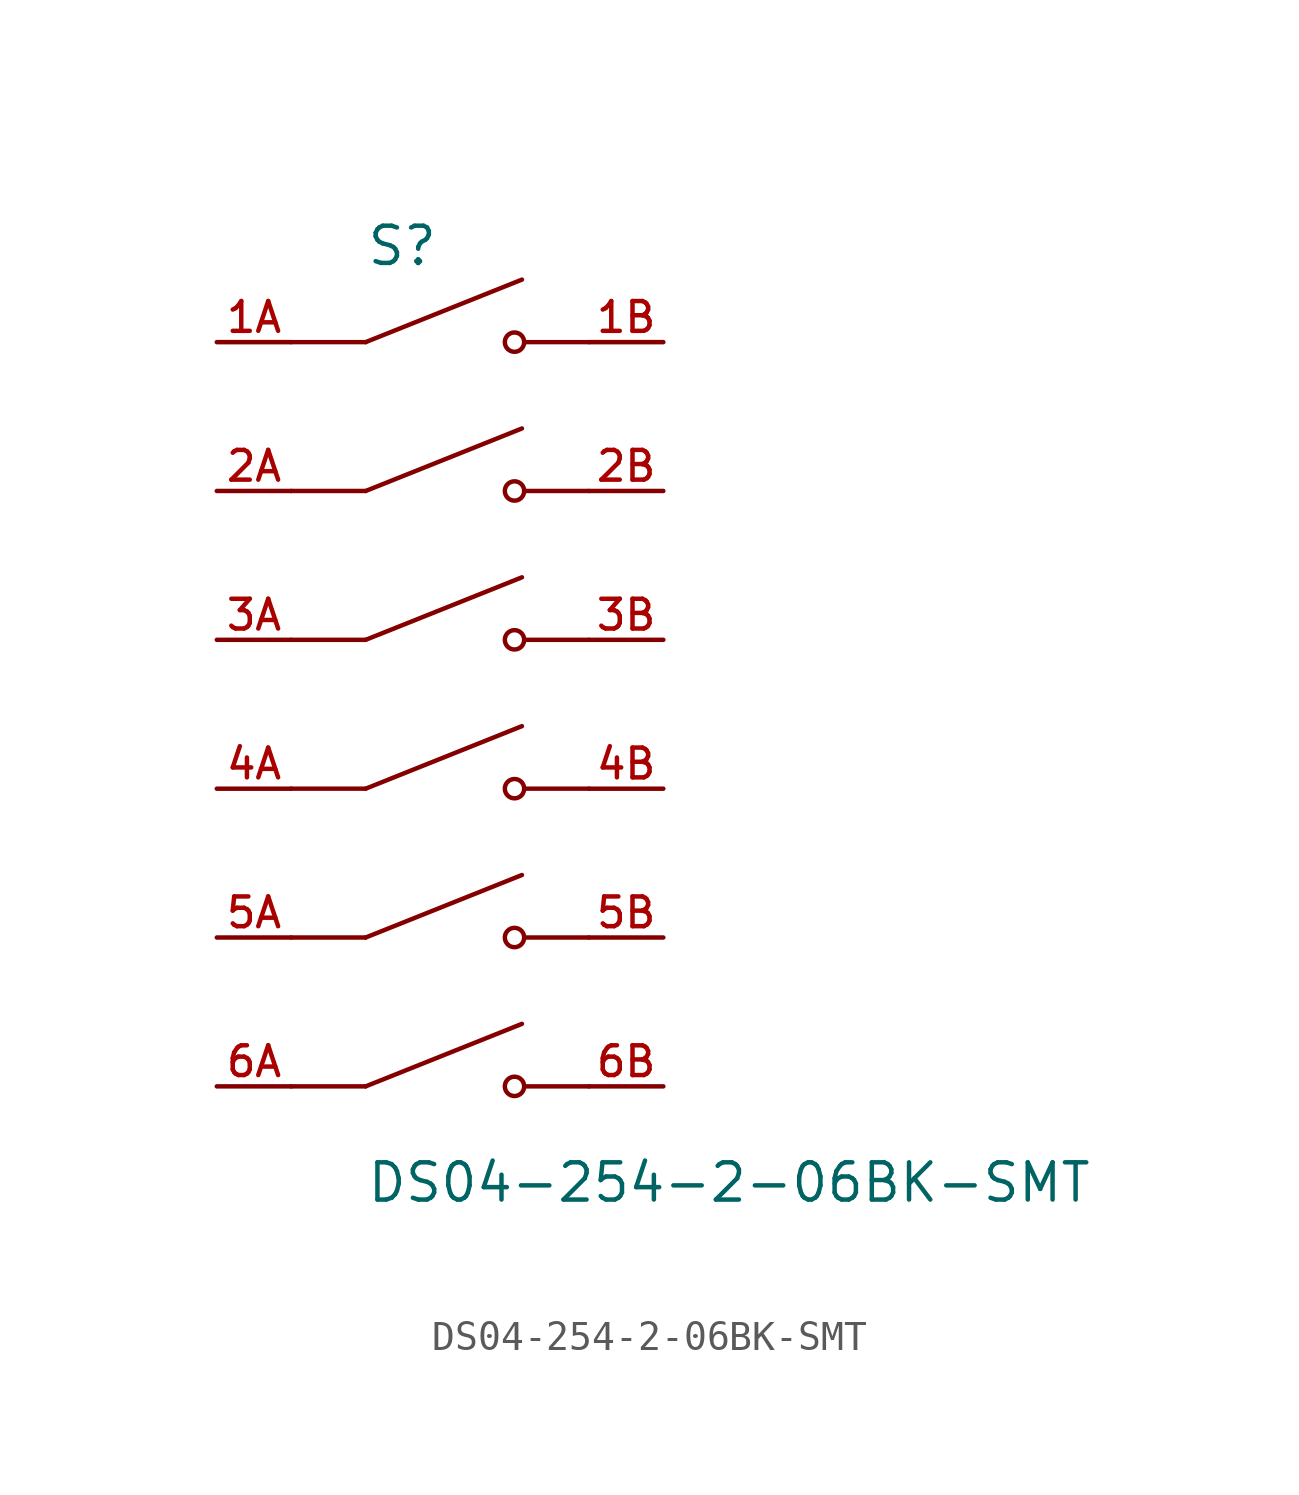
<source format=kicad_sym>
(kicad_symbol_lib
  (version 20211014)
  (generator kicad_symbol_editor)
  (symbol "DS04-254-2-06BK-SMT"
    (pin_names
      (offset 1.016))
    (property "Reference" "S"
      (at -2.54 15.24 0)
      (effects (font (size 1.27 1.27)) (justify bottom left)))
    (property "Value" "DS04-254-2-06BK-SMT"
      (at -2.54 -15.24 0)
      (effects (font (size 1.27 1.27)) (justify top left)))
    (symbol "DS04-254-2-06BK-SMT_0_0"
      (polyline (pts (xy -2.54 12.7) (xy 2.794 14.834)) (stroke (width 0.152)))
      (circle (center 2.54 12.7) (radius 0.33) (stroke (width 0.152)) (fill (type none)))
      (polyline (pts (xy 5.08 12.7) (xy 2.921 12.7)) (stroke (width 0.152)))
      (polyline (pts (xy -2.54 12.7) (xy -5.08 12.7)) (stroke (width 0.152)))
      (polyline (pts (xy -2.54 7.62) (xy 2.794 9.754)) (stroke (width 0.152)))
      (circle (center 2.54 7.62) (radius 0.33) (stroke (width 0.152)) (fill (type none)))
      (polyline (pts (xy 5.08 7.62) (xy 2.921 7.62)) (stroke (width 0.152)))
      (polyline (pts (xy -2.54 7.62) (xy -5.08 7.62)) (stroke (width 0.152)))
      (polyline (pts (xy -2.54 2.54) (xy 2.794 4.674)) (stroke (width 0.152)))
      (circle (center 2.54 2.54) (radius 0.33) (stroke (width 0.152)) (fill (type none)))
      (polyline (pts (xy 5.08 2.54) (xy 2.921 2.54)) (stroke (width 0.152)))
      (polyline (pts (xy -2.54 2.54) (xy -5.08 2.54)) (stroke (width 0.152)))
      (polyline (pts (xy -2.54 -2.54) (xy 2.794 -0.406)) (stroke (width 0.152)))
      (circle (center 2.54 -2.54) (radius 0.33) (stroke (width 0.152)) (fill (type none)))
      (polyline (pts (xy 5.08 -2.54) (xy 2.921 -2.54)) (stroke (width 0.152)))
      (polyline (pts (xy -2.54 -2.54) (xy -5.08 -2.54)) (stroke (width 0.152)))
      (polyline (pts (xy -2.54 -7.62) (xy 2.794 -5.486)) (stroke (width 0.152)))
      (circle (center 2.54 -7.62) (radius 0.33) (stroke (width 0.152)) (fill (type none)))
      (polyline (pts (xy 5.08 -7.62) (xy 2.921 -7.62)) (stroke (width 0.152)))
      (polyline (pts (xy -2.54 -7.62) (xy -5.08 -7.62)) (stroke (width 0.152)))
      (polyline (pts (xy -2.54 -12.7) (xy 2.794 -10.566)) (stroke (width 0.152)))
      (circle (center 2.54 -12.7) (radius 0.33) (stroke (width 0.152)) (fill (type none)))
      (polyline (pts (xy 5.08 -12.7) (xy 2.921 -12.7)) (stroke (width 0.152)))
      (polyline (pts (xy -2.54 -12.7) (xy -5.08 -12.7)) (stroke (width 0.152)))
      (pin passive line (at -7.62 12.7 0) (length 2.54) (name "~" (effects (font (size 1.016 1.016)))) (number "1A" (effects (font (size 1.016 1.016)))))
      (pin passive line (at 7.62 12.7 180.0) (length 2.54) (name "~" (effects (font (size 1.016 1.016)))) (number "1B" (effects (font (size 1.016 1.016)))))
      (pin passive line (at -7.62 7.62 0) (length 2.54) (name "~" (effects (font (size 1.016 1.016)))) (number "2A" (effects (font (size 1.016 1.016)))))
      (pin passive line (at 7.62 7.62 180.0) (length 2.54) (name "~" (effects (font (size 1.016 1.016)))) (number "2B" (effects (font (size 1.016 1.016)))))
      (pin passive line (at -7.62 2.54 0) (length 2.54) (name "~" (effects (font (size 1.016 1.016)))) (number "3A" (effects (font (size 1.016 1.016)))))
      (pin passive line (at 7.62 2.54 180.0) (length 2.54) (name "~" (effects (font (size 1.016 1.016)))) (number "3B" (effects (font (size 1.016 1.016)))))
      (pin passive line (at -7.62 -2.54 0) (length 2.54) (name "~" (effects (font (size 1.016 1.016)))) (number "4A" (effects (font (size 1.016 1.016)))))
      (pin passive line (at 7.62 -2.54 180.0) (length 2.54) (name "~" (effects (font (size 1.016 1.016)))) (number "4B" (effects (font (size 1.016 1.016)))))
      (pin passive line (at -7.62 -7.62 0) (length 2.54) (name "~" (effects (font (size 1.016 1.016)))) (number "5A" (effects (font (size 1.016 1.016)))))
      (pin passive line (at 7.62 -7.62 180.0) (length 2.54) (name "~" (effects (font (size 1.016 1.016)))) (number "5B" (effects (font (size 1.016 1.016)))))
      (pin passive line (at -7.62 -12.7 0) (length 2.54) (name "~" (effects (font (size 1.016 1.016)))) (number "6A" (effects (font (size 1.016 1.016)))))
      (pin passive line (at 7.62 -12.7 180.0) (length 2.54) (name "~" (effects (font (size 1.016 1.016)))) (number "6B" (effects (font (size 1.016 1.016))))))))
</source>
